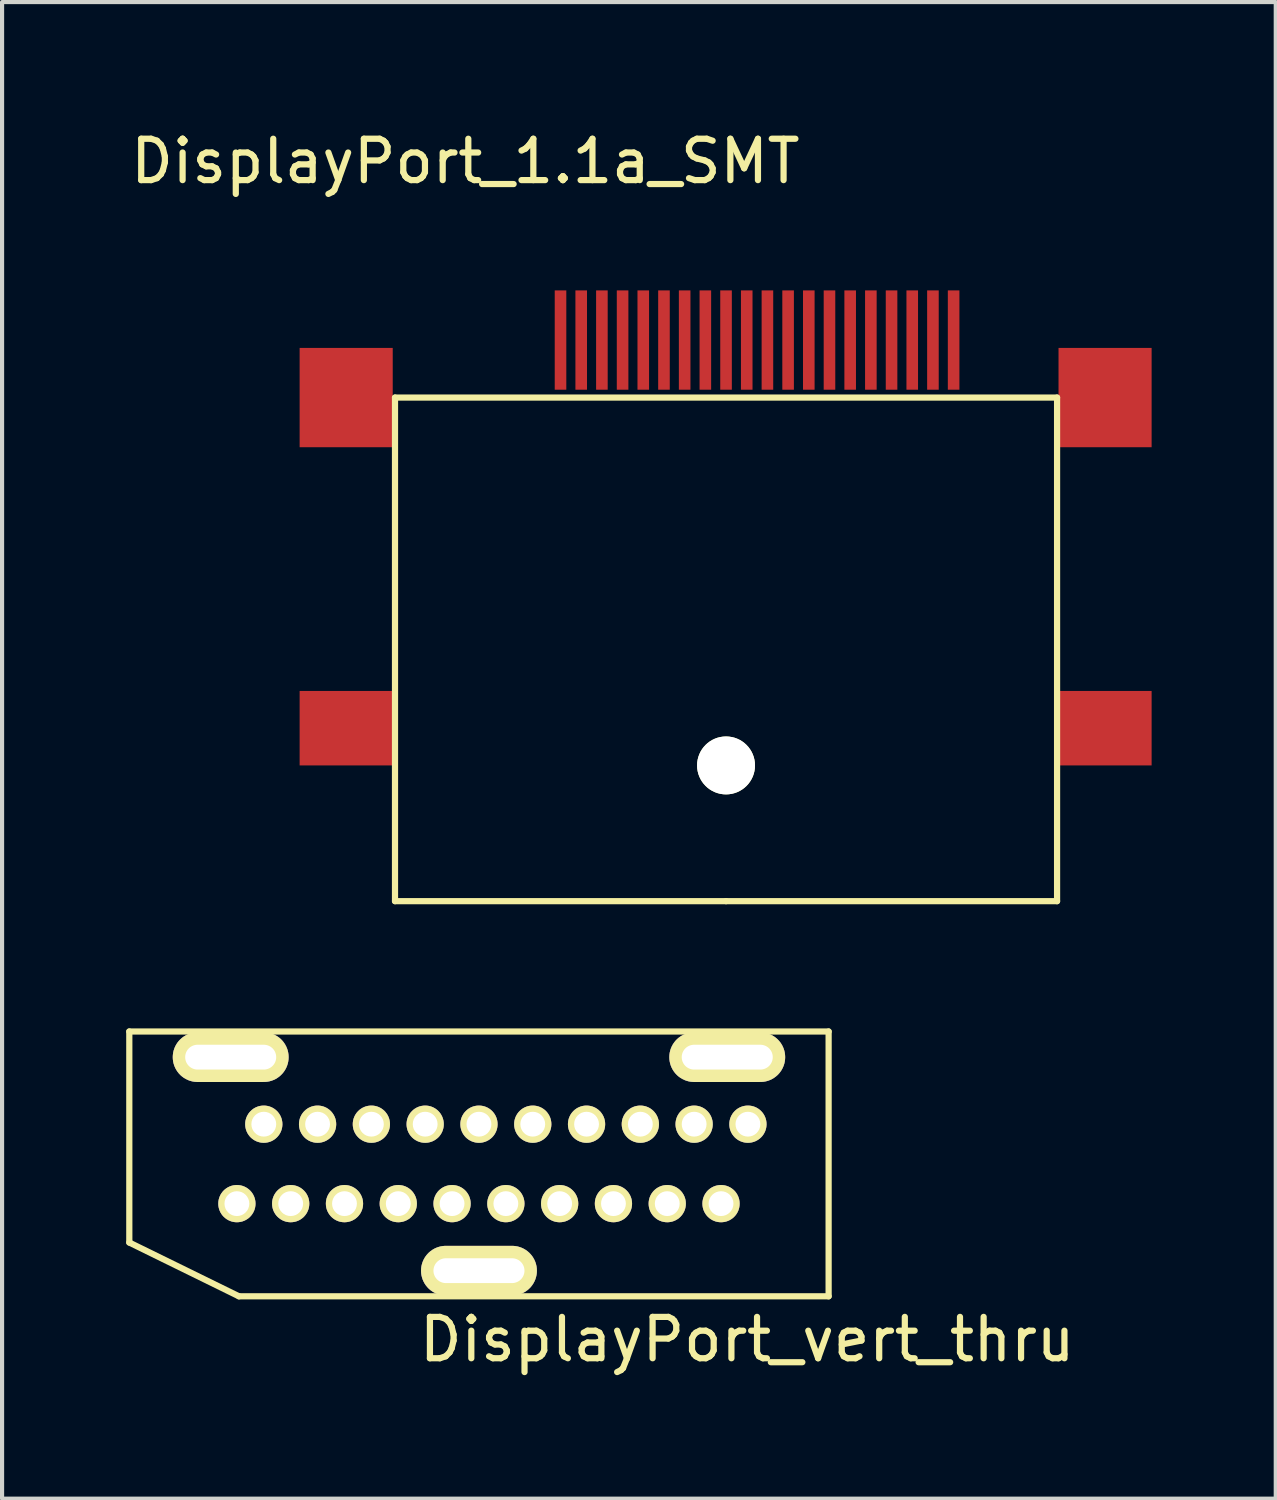
<source format=kicad_pcb>
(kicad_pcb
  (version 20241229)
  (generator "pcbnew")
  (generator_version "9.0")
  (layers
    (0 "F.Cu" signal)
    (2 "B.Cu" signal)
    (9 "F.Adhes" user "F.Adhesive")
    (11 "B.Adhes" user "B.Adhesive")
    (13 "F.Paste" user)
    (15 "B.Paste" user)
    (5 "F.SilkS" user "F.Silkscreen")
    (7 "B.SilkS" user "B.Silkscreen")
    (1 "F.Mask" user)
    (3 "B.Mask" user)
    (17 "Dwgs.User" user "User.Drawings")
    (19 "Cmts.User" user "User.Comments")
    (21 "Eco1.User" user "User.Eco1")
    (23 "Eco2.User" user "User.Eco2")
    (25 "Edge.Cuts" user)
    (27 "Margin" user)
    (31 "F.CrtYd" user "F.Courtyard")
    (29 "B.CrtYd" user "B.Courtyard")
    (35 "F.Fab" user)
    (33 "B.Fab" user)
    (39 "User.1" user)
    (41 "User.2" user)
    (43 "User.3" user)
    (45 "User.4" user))
  (footprint "DisplayPort_1.1a_SMT"
    (layer "F.Cu")
    (at 14.426 10.078)
    (property "Reference" "DisplayPort_1.1a_SMT" (at -6.23 -9.23 0) (layer "F.SilkS") (effects (font (size 1 1) (thickness 0.15))))
    (attr through_hole)
    (fp_line (start -7.93 -3.52) (end -7.93 8.65) (stroke (width 0.15) (type solid)) (layer "F.SilkS"))
    (fp_line (start 0.07 8.65) (end -7.93 8.65) (stroke (width 0.15) (type solid)) (layer "F.SilkS"))
    (fp_line (start 0.07 8.65) (end 8.07 8.65) (stroke (width 0.15) (type solid)) (layer "F.SilkS"))
    (fp_line (start 8.07 -3.52) (end -7.93 -3.52) (stroke (width 0.15) (type solid)) (layer "F.SilkS"))
    (fp_line (start 8.07 8.65) (end 8.07 -3.52) (stroke (width 0.15) (type solid)) (layer "F.SilkS"))
    (pad "" np_thru_hole circle (at 0.07 5.37) (size 1.4 1.4) (drill 1.4) (layers "*.Cu" "*.Mask" "F.SilkS"))
    (pad "1" smd rect (at 5.57 -4.91) (size 0.28 2.4) (layers "F.Cu" "F.Mask" "F.Paste"))
    (pad "2" smd rect (at 5.07 -4.91) (size 0.28 2.4) (layers "F.Cu" "F.Mask" "F.Paste"))
    (pad "3" smd rect (at 4.57 -4.91) (size 0.28 2.4) (layers "F.Cu" "F.Mask" "F.Paste"))
    (pad "4" smd rect (at 4.07 -4.91) (size 0.28 2.4) (layers "F.Cu" "F.Mask" "F.Paste"))
    (pad "5" smd rect (at 3.57 -4.91) (size 0.28 2.4) (layers "F.Cu" "F.Mask" "F.Paste"))
    (pad "6" smd rect (at 3.07 -4.91) (size 0.28 2.4) (layers "F.Cu" "F.Mask" "F.Paste"))
    (pad "7" smd rect (at 2.57 -4.91) (size 0.28 2.4) (layers "F.Cu" "F.Mask" "F.Paste"))
    (pad "8" smd rect (at 2.07 -4.91) (size 0.28 2.4) (layers "F.Cu" "F.Mask" "F.Paste"))
    (pad "9" smd rect (at 1.57 -4.91) (size 0.28 2.4) (layers "F.Cu" "F.Mask" "F.Paste"))
    (pad "10" smd rect (at 1.07 -4.91) (size 0.28 2.4) (layers "F.Cu" "F.Mask" "F.Paste"))
    (pad "11" smd rect (at 0.57 -4.91) (size 0.28 2.4) (layers "F.Cu" "F.Mask" "F.Paste"))
    (pad "12" smd rect (at 0.07 -4.91) (size 0.28 2.4) (layers "F.Cu" "F.Mask" "F.Paste"))
    (pad "13" smd rect (at -0.43 -4.91) (size 0.28 2.4) (layers "F.Cu" "F.Mask" "F.Paste"))
    (pad "14" smd rect (at -0.93 -4.91) (size 0.28 2.4) (layers "F.Cu" "F.Mask" "F.Paste"))
    (pad "15" smd rect (at -1.43 -4.91) (size 0.28 2.4) (layers "F.Cu" "F.Mask" "F.Paste"))
    (pad "16" smd rect (at -1.93 -4.91) (size 0.28 2.4) (layers "F.Cu" "F.Mask" "F.Paste"))
    (pad "17" smd rect (at -2.43 -4.91) (size 0.28 2.4) (layers "F.Cu" "F.Mask" "F.Paste"))
    (pad "18" smd rect (at -2.93 -4.91) (size 0.28 2.4) (layers "F.Cu" "F.Mask" "F.Paste"))
    (pad "19" smd rect (at -3.43 -4.91) (size 0.28 2.4) (layers "F.Cu" "F.Mask" "F.Paste"))
    (pad "20" smd rect (at -3.93 -4.91) (size 0.28 2.4) (layers "F.Cu" "F.Mask" "F.Paste"))
    (pad "21" smd rect (at -9.11 -3.52) (size 2.25 2.4) (layers "F.Cu" "F.Mask" "F.Paste"))
    (pad "21" smd rect (at -9.11 4.47) (size 2.25 1.8) (layers "F.Cu" "F.Mask" "F.Paste"))
    (pad "21" smd rect (at 9.23 -3.52) (size 2.25 2.4) (layers "F.Cu" "F.Mask" "F.Paste"))
    (pad "21" smd rect (at 9.23 4.47) (size 2.25 1.8) (layers "F.Cu" "F.Mask" "F.Paste")))
  (footprint "DisplayPort_vert_thru"
    (layer "F.Cu")
    (at 8.525 25.078)
    (property "Reference" "DisplayPort_vert_thru" (at 6.482 4.242 0) (layer "F.SilkS") (effects (font (size 1 1) (thickness 0.15))))
    (attr through_hole)
    (fp_line (start -8.45 -3.2) (end -8.45 1.9) (stroke (width 0.15) (type solid)) (layer "F.SilkS"))
    (fp_line (start -8.45 1.9) (end -5.8 3.2) (stroke (width 0.15) (type solid)) (layer "F.SilkS"))
    (fp_line (start 8.45 -3.2) (end -8.45 -3.2) (stroke (width 0.15) (type solid)) (layer "F.SilkS"))
    (fp_line (start 8.45 -3.2) (end 8.45 3.2) (stroke (width 0.15) (type solid)) (layer "F.SilkS"))
    (fp_line (start 8.45 3.2) (end -5.8 3.2) (stroke (width 0.15) (type solid)) (layer "F.SilkS"))
    (pad "1" thru_hole circle (at 6.5 -0.96) (size 0.9 0.9) (drill 0.6) (layers "*.Cu" "*.Mask" "F.SilkS"))
    (pad "2" thru_hole circle (at 5.85 0.96) (size 0.9 0.9) (drill 0.6) (layers "*.Cu" "*.Mask" "F.SilkS"))
    (pad "3" thru_hole circle (at 5.2 -0.96) (size 0.9 0.9) (drill 0.6) (layers "*.Cu" "*.Mask" "F.SilkS"))
    (pad "4" thru_hole circle (at 4.55 0.96) (size 0.9 0.9) (drill 0.6) (layers "*.Cu" "*.Mask" "F.SilkS"))
    (pad "5" thru_hole circle (at 3.9 -0.96) (size 0.9 0.9) (drill 0.6) (layers "*.Cu" "*.Mask" "F.SilkS"))
    (pad "6" thru_hole circle (at 3.25 0.96) (size 0.9 0.9) (drill 0.6) (layers "*.Cu" "*.Mask" "F.SilkS"))
    (pad "7" thru_hole circle (at 2.6 -0.96) (size 0.9 0.9) (drill 0.6) (layers "*.Cu" "*.Mask" "F.SilkS"))
    (pad "8" thru_hole circle (at 1.95 0.96) (size 0.9 0.9) (drill 0.6) (layers "*.Cu" "*.Mask" "F.SilkS"))
    (pad "9" thru_hole circle (at 1.3 -0.96) (size 0.9 0.9) (drill 0.6) (layers "*.Cu" "*.Mask" "F.SilkS"))
    (pad "10" thru_hole circle (at 0.65 0.96) (size 0.9 0.9) (drill 0.6) (layers "*.Cu" "*.Mask" "F.SilkS"))
    (pad "11" thru_hole circle (at 0 -0.96) (size 0.9 0.9) (drill 0.6) (layers "*.Cu" "*.Mask" "F.SilkS"))
    (pad "12" thru_hole circle (at -0.65 0.96) (size 0.9 0.9) (drill 0.6) (layers "*.Cu" "*.Mask" "F.SilkS"))
    (pad "13" thru_hole circle (at -1.3 -0.96) (size 0.9 0.9) (drill 0.6) (layers "*.Cu" "*.Mask" "F.SilkS"))
    (pad "14" thru_hole circle (at -1.95 0.96) (size 0.9 0.9) (drill 0.6) (layers "*.Cu" "*.Mask" "F.SilkS"))
    (pad "15" thru_hole circle (at -2.6 -0.96) (size 0.9 0.9) (drill 0.6) (layers "*.Cu" "*.Mask" "F.SilkS"))
    (pad "16" thru_hole circle (at -3.25 0.96) (size 0.9 0.9) (drill 0.6) (layers "*.Cu" "*.Mask" "F.SilkS"))
    (pad "17" thru_hole circle (at -3.9 -0.96) (size 0.9 0.9) (drill 0.6) (layers "*.Cu" "*.Mask" "F.SilkS"))
    (pad "18" thru_hole circle (at -4.55 0.96) (size 0.9 0.9) (drill 0.6) (layers "*.Cu" "*.Mask" "F.SilkS"))
    (pad "19" thru_hole circle (at -5.2 -0.96) (size 0.9 0.9) (drill 0.6) (layers "*.Cu" "*.Mask" "F.SilkS"))
    (pad "20" thru_hole circle (at -5.85 0.96) (size 0.9 0.9) (drill 0.6) (layers "*.Cu" "*.Mask" "F.SilkS"))
    (pad "21" thru_hole oval (at -6 -2.58) (size 2.8 1.2) (drill oval 2.2 0.6) (layers "*.Cu" "*.Mask" "F.SilkS"))
    (pad "21" thru_hole oval (at 0 2.58) (size 2.8 1.2) (drill oval 2.2 0.6) (layers "*.Cu" "*.Mask" "F.SilkS"))
    (pad "21" thru_hole oval (at 6 -2.58) (size 2.8 1.2) (drill oval 2.2 0.6) (layers "*.Cu" "*.Mask" "F.SilkS")))
  (gr_rect
    (start -3 -3)
    (end 27.781 33.168)
    (stroke (width 0.1) (type default))
    (fill no)
    (layer "Edge.Cuts")))
</source>
